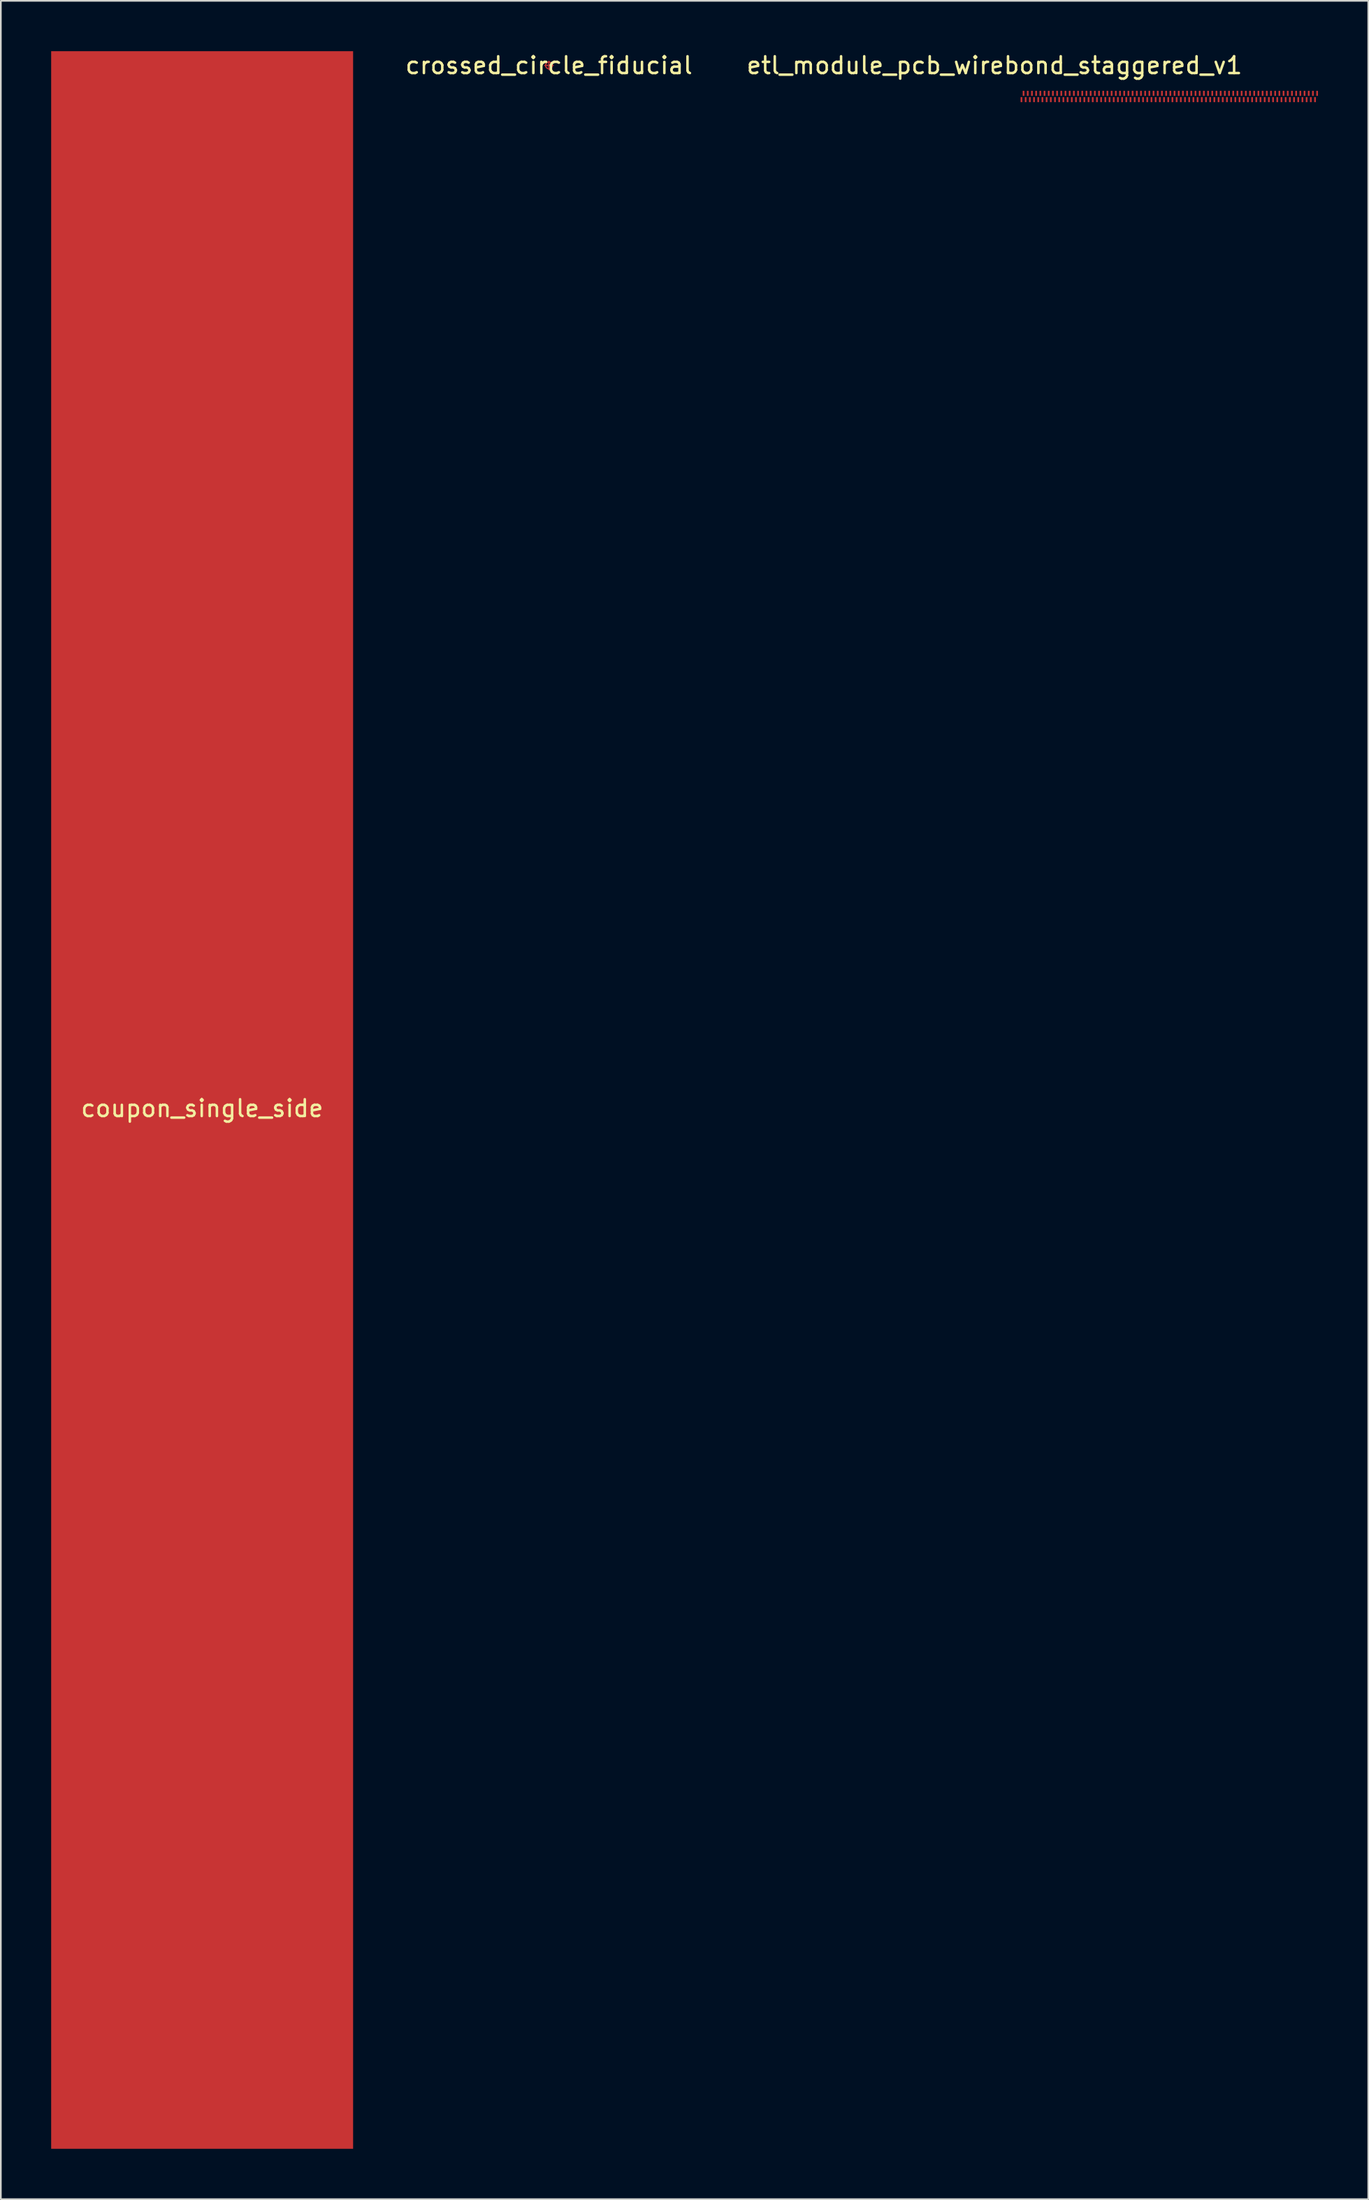
<source format=kicad_pcb>
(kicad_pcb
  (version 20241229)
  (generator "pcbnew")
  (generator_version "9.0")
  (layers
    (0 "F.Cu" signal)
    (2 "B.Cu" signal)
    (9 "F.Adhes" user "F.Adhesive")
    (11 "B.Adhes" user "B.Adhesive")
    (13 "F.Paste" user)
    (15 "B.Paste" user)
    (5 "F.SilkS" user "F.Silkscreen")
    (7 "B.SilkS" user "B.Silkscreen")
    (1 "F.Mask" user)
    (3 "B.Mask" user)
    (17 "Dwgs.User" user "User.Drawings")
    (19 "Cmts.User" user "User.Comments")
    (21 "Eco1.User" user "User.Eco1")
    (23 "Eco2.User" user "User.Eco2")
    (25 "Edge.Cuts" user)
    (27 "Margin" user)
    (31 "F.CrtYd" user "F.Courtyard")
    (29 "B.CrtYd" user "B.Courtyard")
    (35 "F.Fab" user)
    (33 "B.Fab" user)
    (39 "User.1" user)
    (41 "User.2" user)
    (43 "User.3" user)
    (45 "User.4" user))
  (footprint "crossed_circle_fiducial"
    (layer "F.Cu")
    (at 29.673 0.848)
    (property "Reference" "crossed_circle_fiducial" (at 0 0 0) (layer "F.SilkS") (effects (font (size 1 1) (thickness 0.15))))
    (attr through_hole)
    (fp_line (start 0 -0.25) (end 0 0.25) (stroke (width 0.07) (type solid)) (layer "F.Cu"))
    (fp_line (start 0.25 0) (end -0.25 0) (stroke (width 0.07) (type solid)) (layer "F.Cu"))
    (fp_circle (center 0 0) (end 0.2 0) (stroke (width 0.07) (type solid)) (fill no) (layer "F.Cu"))
    (fp_circle (center 0 0) (end 0.01 0) (stroke (width 0.6) (type solid)) (fill no) (layer "F.Mask")))
  (footprint "etl_module_pcb_wirebond_staggered_v1"
    (layer "F.Cu")
    (at 57.842 2.888)
    (property "Reference" "etl_module_pcb_wirebond_staggered_v1" (at -1.61 -2.04 0) (layer "F.SilkS") (effects (font (size 1 1) (thickness 0.15))))
    (attr through_hole)
    (pad "1" smd rect (at 0 0) (size 0.1 0.3) (layers "F.Cu" "F.Mask" "F.Paste"))
    (pad "2" smd rect (at 0.125 -0.376) (size 0.1 0.3) (layers "F.Cu" "F.Mask" "F.Paste"))
    (pad "3" smd rect (at 0.25 0) (size 0.1 0.3) (layers "F.Cu" "F.Mask" "F.Paste"))
    (pad "4" smd rect (at 0.375 -0.376) (size 0.1 0.3) (layers "F.Cu" "F.Mask" "F.Paste"))
    (pad "5" smd rect (at 0.5 0) (size 0.1 0.3) (layers "F.Cu" "F.Mask" "F.Paste"))
    (pad "6" smd rect (at 0.625 -0.376) (size 0.1 0.3) (layers "F.Cu" "F.Mask" "F.Paste"))
    (pad "7" smd rect (at 0.75 0) (size 0.1 0.3) (layers "F.Cu" "F.Mask" "F.Paste"))
    (pad "8" smd rect (at 0.875 -0.376) (size 0.1 0.3) (layers "F.Cu" "F.Mask" "F.Paste"))
    (pad "9" smd rect (at 1 0) (size 0.1 0.3) (layers "F.Cu" "F.Mask" "F.Paste"))
    (pad "10" smd rect (at 1.125 -0.376) (size 0.1 0.3) (layers "F.Cu" "F.Mask" "F.Paste"))
    (pad "11" smd rect (at 1.25 0) (size 0.1 0.3) (layers "F.Cu" "F.Mask" "F.Paste"))
    (pad "12" smd rect (at 1.375 -0.376) (size 0.1 0.3) (layers "F.Cu" "F.Mask" "F.Paste"))
    (pad "13" smd rect (at 1.5 0) (size 0.1 0.3) (layers "F.Cu" "F.Mask" "F.Paste"))
    (pad "14" smd rect (at 1.625 -0.376) (size 0.1 0.3) (layers "F.Cu" "F.Mask" "F.Paste"))
    (pad "15" smd rect (at 1.75 0) (size 0.1 0.3) (layers "F.Cu" "F.Mask" "F.Paste"))
    (pad "16" smd rect (at 1.875 -0.376) (size 0.1 0.3) (layers "F.Cu" "F.Mask" "F.Paste"))
    (pad "17" smd rect (at 2 0) (size 0.1 0.3) (layers "F.Cu" "F.Mask" "F.Paste"))
    (pad "18" smd rect (at 2.125 -0.376) (size 0.1 0.3) (layers "F.Cu" "F.Mask" "F.Paste"))
    (pad "19" smd rect (at 2.25 0) (size 0.1 0.3) (layers "F.Cu" "F.Mask" "F.Paste"))
    (pad "20" smd rect (at 2.375 -0.376) (size 0.1 0.3) (layers "F.Cu" "F.Mask" "F.Paste"))
    (pad "21" smd rect (at 2.5 0) (size 0.1 0.3) (layers "F.Cu" "F.Mask" "F.Paste"))
    (pad "22" smd rect (at 2.625 -0.376) (size 0.1 0.3) (layers "F.Cu" "F.Mask" "F.Paste"))
    (pad "23" smd rect (at 2.75 0) (size 0.1 0.3) (layers "F.Cu" "F.Mask" "F.Paste"))
    (pad "24" smd rect (at 2.875 -0.376) (size 0.1 0.3) (layers "F.Cu" "F.Mask" "F.Paste"))
    (pad "25" smd rect (at 3 0) (size 0.1 0.3) (layers "F.Cu" "F.Mask" "F.Paste"))
    (pad "26" smd rect (at 3.125 -0.376) (size 0.1 0.3) (layers "F.Cu" "F.Mask" "F.Paste"))
    (pad "27" smd rect (at 3.25 0) (size 0.1 0.3) (layers "F.Cu" "F.Mask" "F.Paste"))
    (pad "28" smd rect (at 3.375 -0.376) (size 0.1 0.3) (layers "F.Cu" "F.Mask" "F.Paste"))
    (pad "29" smd rect (at 3.5 0) (size 0.1 0.3) (layers "F.Cu" "F.Mask" "F.Paste"))
    (pad "30" smd rect (at 3.625 -0.376) (size 0.1 0.3) (layers "F.Cu" "F.Mask" "F.Paste"))
    (pad "31" smd rect (at 3.75 0) (size 0.1 0.3) (layers "F.Cu" "F.Mask" "F.Paste"))
    (pad "32" smd rect (at 3.875 -0.376) (size 0.1 0.3) (layers "F.Cu" "F.Mask" "F.Paste"))
    (pad "33" smd rect (at 4 0) (size 0.1 0.3) (layers "F.Cu" "F.Mask" "F.Paste"))
    (pad "34" smd rect (at 4.125 -0.376) (size 0.1 0.3) (layers "F.Cu" "F.Mask" "F.Paste"))
    (pad "35" smd rect (at 4.25 0) (size 0.1 0.3) (layers "F.Cu" "F.Mask" "F.Paste"))
    (pad "36" smd rect (at 4.375 -0.376) (size 0.1 0.3) (layers "F.Cu" "F.Mask" "F.Paste"))
    (pad "37" smd rect (at 4.5 0) (size 0.1 0.3) (layers "F.Cu" "F.Mask" "F.Paste"))
    (pad "38" smd rect (at 4.625 -0.376) (size 0.1 0.3) (layers "F.Cu" "F.Mask" "F.Paste"))
    (pad "39" smd rect (at 4.75 0) (size 0.1 0.3) (layers "F.Cu" "F.Mask" "F.Paste"))
    (pad "40" smd rect (at 4.875 -0.376) (size 0.1 0.3) (layers "F.Cu" "F.Mask" "F.Paste"))
    (pad "41" smd rect (at 5 0) (size 0.1 0.3) (layers "F.Cu" "F.Mask" "F.Paste"))
    (pad "42" smd rect (at 5.125 -0.376) (size 0.1 0.3) (layers "F.Cu" "F.Mask" "F.Paste"))
    (pad "43" smd rect (at 5.25 0) (size 0.1 0.3) (layers "F.Cu" "F.Mask" "F.Paste"))
    (pad "44" smd rect (at 5.375 -0.376) (size 0.1 0.3) (layers "F.Cu" "F.Mask" "F.Paste"))
    (pad "45" smd rect (at 5.5 0) (size 0.1 0.3) (layers "F.Cu" "F.Mask" "F.Paste"))
    (pad "46" smd rect (at 5.625 -0.376) (size 0.1 0.3) (layers "F.Cu" "F.Mask" "F.Paste"))
    (pad "47" smd rect (at 5.75 0) (size 0.1 0.3) (layers "F.Cu" "F.Mask" "F.Paste"))
    (pad "48" smd rect (at 5.875 -0.376) (size 0.1 0.3) (layers "F.Cu" "F.Mask" "F.Paste"))
    (pad "49" smd rect (at 6 0) (size 0.1 0.3) (layers "F.Cu" "F.Mask" "F.Paste"))
    (pad "50" smd rect (at 6.125 -0.376) (size 0.1 0.3) (layers "F.Cu" "F.Mask" "F.Paste"))
    (pad "51" smd rect (at 6.25 0) (size 0.1 0.3) (layers "F.Cu" "F.Mask" "F.Paste"))
    (pad "52" smd rect (at 6.375 -0.376) (size 0.1 0.3) (layers "F.Cu" "F.Mask" "F.Paste"))
    (pad "53" smd rect (at 6.5 0) (size 0.1 0.3) (layers "F.Cu" "F.Mask" "F.Paste"))
    (pad "54" smd rect (at 6.625 -0.376) (size 0.1 0.3) (layers "F.Cu" "F.Mask" "F.Paste"))
    (pad "55" smd rect (at 6.75 0) (size 0.1 0.3) (layers "F.Cu" "F.Mask" "F.Paste"))
    (pad "56" smd rect (at 6.875 -0.376) (size 0.1 0.3) (layers "F.Cu" "F.Mask" "F.Paste"))
    (pad "57" smd rect (at 7 0) (size 0.1 0.3) (layers "F.Cu" "F.Mask" "F.Paste"))
    (pad "58" smd rect (at 7.125 -0.376) (size 0.1 0.3) (layers "F.Cu" "F.Mask" "F.Paste"))
    (pad "59" smd rect (at 7.25 0) (size 0.1 0.3) (layers "F.Cu" "F.Mask" "F.Paste"))
    (pad "60" smd rect (at 7.375 -0.376) (size 0.1 0.3) (layers "F.Cu" "F.Mask" "F.Paste"))
    (pad "61" smd rect (at 7.5 0) (size 0.1 0.3) (layers "F.Cu" "F.Mask" "F.Paste"))
    (pad "62" smd rect (at 7.625 -0.376) (size 0.1 0.3) (layers "F.Cu" "F.Mask" "F.Paste"))
    (pad "63" smd rect (at 7.75 0) (size 0.1 0.3) (layers "F.Cu" "F.Mask" "F.Paste"))
    (pad "64" smd rect (at 7.875 -0.376) (size 0.1 0.3) (layers "F.Cu" "F.Mask" "F.Paste"))
    (pad "65" smd rect (at 8 0) (size 0.1 0.3) (layers "F.Cu" "F.Mask" "F.Paste"))
    (pad "66" smd rect (at 8.125 -0.376) (size 0.1 0.3) (layers "F.Cu" "F.Mask" "F.Paste"))
    (pad "67" smd rect (at 8.25 0) (size 0.1 0.3) (layers "F.Cu" "F.Mask" "F.Paste"))
    (pad "68" smd rect (at 8.375 -0.376) (size 0.1 0.3) (layers "F.Cu" "F.Mask" "F.Paste"))
    (pad "69" smd rect (at 8.5 0) (size 0.1 0.3) (layers "F.Cu" "F.Mask" "F.Paste"))
    (pad "70" smd rect (at 8.625 -0.376) (size 0.1 0.3) (layers "F.Cu" "F.Mask" "F.Paste"))
    (pad "71" smd rect (at 8.75 0) (size 0.1 0.3) (layers "F.Cu" "F.Mask" "F.Paste"))
    (pad "72" smd rect (at 8.875 -0.376) (size 0.1 0.3) (layers "F.Cu" "F.Mask" "F.Paste"))
    (pad "73" smd rect (at 9 0) (size 0.1 0.3) (layers "F.Cu" "F.Mask" "F.Paste"))
    (pad "74" smd rect (at 9.125 -0.376) (size 0.1 0.3) (layers "F.Cu" "F.Mask" "F.Paste"))
    (pad "75" smd rect (at 9.25 0) (size 0.1 0.3) (layers "F.Cu" "F.Mask" "F.Paste"))
    (pad "76" smd rect (at 9.375 -0.376) (size 0.1 0.3) (layers "F.Cu" "F.Mask" "F.Paste"))
    (pad "77" smd rect (at 9.5 0) (size 0.1 0.3) (layers "F.Cu" "F.Mask" "F.Paste"))
    (pad "78" smd rect (at 9.625 -0.376) (size 0.1 0.3) (layers "F.Cu" "F.Mask" "F.Paste"))
    (pad "79" smd rect (at 9.75 0) (size 0.1 0.3) (layers "F.Cu" "F.Mask" "F.Paste"))
    (pad "80" smd rect (at 9.875 -0.376) (size 0.1 0.3) (layers "F.Cu" "F.Mask" "F.Paste"))
    (pad "81" smd rect (at 10 0) (size 0.1 0.3) (layers "F.Cu" "F.Mask" "F.Paste"))
    (pad "82" smd rect (at 10.125 -0.376) (size 0.1 0.3) (layers "F.Cu" "F.Mask" "F.Paste"))
    (pad "83" smd rect (at 10.25 0) (size 0.1 0.3) (layers "F.Cu" "F.Mask" "F.Paste"))
    (pad "84" smd rect (at 10.375 -0.376) (size 0.1 0.3) (layers "F.Cu" "F.Mask" "F.Paste"))
    (pad "85" smd rect (at 10.5 0) (size 0.1 0.3) (layers "F.Cu" "F.Mask" "F.Paste"))
    (pad "86" smd rect (at 10.625 -0.376) (size 0.1 0.3) (layers "F.Cu" "F.Mask" "F.Paste"))
    (pad "87" smd rect (at 10.75 0) (size 0.1 0.3) (layers "F.Cu" "F.Mask" "F.Paste"))
    (pad "88" smd rect (at 10.875 -0.376) (size 0.1 0.3) (layers "F.Cu" "F.Mask" "F.Paste"))
    (pad "89" smd rect (at 11 0) (size 0.1 0.3) (layers "F.Cu" "F.Mask" "F.Paste"))
    (pad "90" smd rect (at 11.125 -0.376) (size 0.1 0.3) (layers "F.Cu" "F.Mask" "F.Paste"))
    (pad "91" smd rect (at 11.25 0) (size 0.1 0.3) (layers "F.Cu" "F.Mask" "F.Paste"))
    (pad "92" smd rect (at 11.375 -0.376) (size 0.1 0.3) (layers "F.Cu" "F.Mask" "F.Paste"))
    (pad "93" smd rect (at 11.5 0) (size 0.1 0.3) (layers "F.Cu" "F.Mask" "F.Paste"))
    (pad "94" smd rect (at 11.625 -0.376) (size 0.1 0.3) (layers "F.Cu" "F.Mask" "F.Paste"))
    (pad "95" smd rect (at 11.75 0) (size 0.1 0.3) (layers "F.Cu" "F.Mask" "F.Paste"))
    (pad "96" smd rect (at 11.875 -0.376) (size 0.1 0.3) (layers "F.Cu" "F.Mask" "F.Paste"))
    (pad "97" smd rect (at 12 0) (size 0.1 0.3) (layers "F.Cu" "F.Mask" "F.Paste"))
    (pad "98" smd rect (at 12.125 -0.376) (size 0.1 0.3) (layers "F.Cu" "F.Mask" "F.Paste"))
    (pad "99" smd rect (at 12.25 0) (size 0.1 0.3) (layers "F.Cu" "F.Mask" "F.Paste"))
    (pad "100" smd rect (at 12.375 -0.376) (size 0.1 0.3) (layers "F.Cu" "F.Mask" "F.Paste"))
    (pad "101" smd rect (at 12.5 0) (size 0.1 0.3) (layers "F.Cu" "F.Mask" "F.Paste"))
    (pad "102" smd rect (at 12.625 -0.376) (size 0.1 0.3) (layers "F.Cu" "F.Mask" "F.Paste"))
    (pad "103" smd rect (at 12.75 0) (size 0.1 0.3) (layers "F.Cu" "F.Mask" "F.Paste"))
    (pad "104" smd rect (at 12.875 -0.376) (size 0.1 0.3) (layers "F.Cu" "F.Mask" "F.Paste"))
    (pad "105" smd rect (at 13 0) (size 0.1 0.3) (layers "F.Cu" "F.Mask" "F.Paste"))
    (pad "106" smd rect (at 13.125 -0.376) (size 0.1 0.3) (layers "F.Cu" "F.Mask" "F.Paste"))
    (pad "107" smd rect (at 13.25 0) (size 0.1 0.3) (layers "F.Cu" "F.Mask" "F.Paste"))
    (pad "108" smd rect (at 13.375 -0.376) (size 0.1 0.3) (layers "F.Cu" "F.Mask" "F.Paste"))
    (pad "109" smd rect (at 13.5 0) (size 0.1 0.3) (layers "F.Cu" "F.Mask" "F.Paste"))
    (pad "110" smd rect (at 13.625 -0.376) (size 0.1 0.3) (layers "F.Cu" "F.Mask" "F.Paste"))
    (pad "111" smd rect (at 13.75 0) (size 0.1 0.3) (layers "F.Cu" "F.Mask" "F.Paste"))
    (pad "112" smd rect (at 13.875 -0.376) (size 0.1 0.3) (layers "F.Cu" "F.Mask" "F.Paste"))
    (pad "113" smd rect (at 14 0) (size 0.1 0.3) (layers "F.Cu" "F.Mask" "F.Paste"))
    (pad "114" smd rect (at 14.125 -0.376) (size 0.1 0.3) (layers "F.Cu" "F.Mask" "F.Paste"))
    (pad "115" smd rect (at 14.25 0) (size 0.1 0.3) (layers "F.Cu" "F.Mask" "F.Paste"))
    (pad "116" smd rect (at 14.375 -0.376) (size 0.1 0.3) (layers "F.Cu" "F.Mask" "F.Paste"))
    (pad "117" smd rect (at 14.5 0) (size 0.1 0.3) (layers "F.Cu" "F.Mask" "F.Paste"))
    (pad "118" smd rect (at 14.625 -0.376) (size 0.1 0.3) (layers "F.Cu" "F.Mask" "F.Paste"))
    (pad "119" smd rect (at 14.75 0) (size 0.1 0.3) (layers "F.Cu" "F.Mask" "F.Paste"))
    (pad "120" smd rect (at 14.875 -0.376) (size 0.1 0.3) (layers "F.Cu" "F.Mask" "F.Paste"))
    (pad "121" smd rect (at 15 0) (size 0.1 0.3) (layers "F.Cu" "F.Mask" "F.Paste"))
    (pad "122" smd rect (at 15.125 -0.376) (size 0.1 0.3) (layers "F.Cu" "F.Mask" "F.Paste"))
    (pad "123" smd rect (at 15.25 0) (size 0.1 0.3) (layers "F.Cu" "F.Mask" "F.Paste"))
    (pad "124" smd rect (at 15.375 -0.376) (size 0.1 0.3) (layers "F.Cu" "F.Mask" "F.Paste"))
    (pad "125" smd rect (at 15.5 0) (size 0.1 0.3) (layers "F.Cu" "F.Mask" "F.Paste"))
    (pad "126" smd rect (at 15.625 -0.376) (size 0.1 0.3) (layers "F.Cu" "F.Mask" "F.Paste"))
    (pad "127" smd rect (at 15.75 0) (size 0.1 0.3) (layers "F.Cu" "F.Mask" "F.Paste"))
    (pad "128" smd rect (at 15.875 -0.376) (size 0.1 0.3) (layers "F.Cu" "F.Mask" "F.Paste"))
    (pad "129" smd rect (at 16 0) (size 0.1 0.3) (layers "F.Cu" "F.Mask" "F.Paste"))
    (pad "130" smd rect (at 16.125 -0.376) (size 0.1 0.3) (layers "F.Cu" "F.Mask" "F.Paste"))
    (pad "131" smd rect (at 16.25 0) (size 0.1 0.3) (layers "F.Cu" "F.Mask" "F.Paste"))
    (pad "132" smd rect (at 16.375 -0.376) (size 0.1 0.3) (layers "F.Cu" "F.Mask" "F.Paste"))
    (pad "133" smd rect (at 16.5 0) (size 0.1 0.3) (layers "F.Cu" "F.Mask" "F.Paste"))
    (pad "134" smd rect (at 16.625 -0.376) (size 0.1 0.3) (layers "F.Cu" "F.Mask" "F.Paste"))
    (pad "135" smd rect (at 16.75 0) (size 0.1 0.3) (layers "F.Cu" "F.Mask" "F.Paste"))
    (pad "136" smd rect (at 16.875 -0.376) (size 0.1 0.3) (layers "F.Cu" "F.Mask" "F.Paste"))
    (pad "137" smd rect (at 17 0) (size 0.1 0.3) (layers "F.Cu" "F.Mask" "F.Paste"))
    (pad "138" smd rect (at 17.125 -0.376) (size 0.1 0.3) (layers "F.Cu" "F.Mask" "F.Paste"))
    (pad "139" smd rect (at 17.25 0) (size 0.1 0.3) (layers "F.Cu" "F.Mask" "F.Paste"))
    (pad "140" smd rect (at 17.375 -0.376) (size 0.1 0.3) (layers "F.Cu" "F.Mask" "F.Paste"))
    (pad "141" smd rect (at 17.5 0) (size 0.1 0.3) (layers "F.Cu" "F.Mask" "F.Paste"))
    (pad "142" smd rect (at 17.625 -0.376) (size 0.1 0.3) (layers "F.Cu" "F.Mask" "F.Paste")))
  (footprint "coupon_single_side"
    (layer "F.Cu")
    (at 9 62.5)
    (property "Reference" "coupon_single_side" (at 0 0.5 0) (layer "F.SilkS") (effects (font (size 1 1) (thickness 0.15))))
    (attr through_hole)
    (pad "1" smd rect (at 0 0) (size 18 125) (layers "F.Cu" "F.Mask")))
  (gr_rect
    (start -3 -3)
    (end 78.517 128)
    (stroke (width 0.1) (type default))
    (fill no)
    (layer "Edge.Cuts")))
</source>
